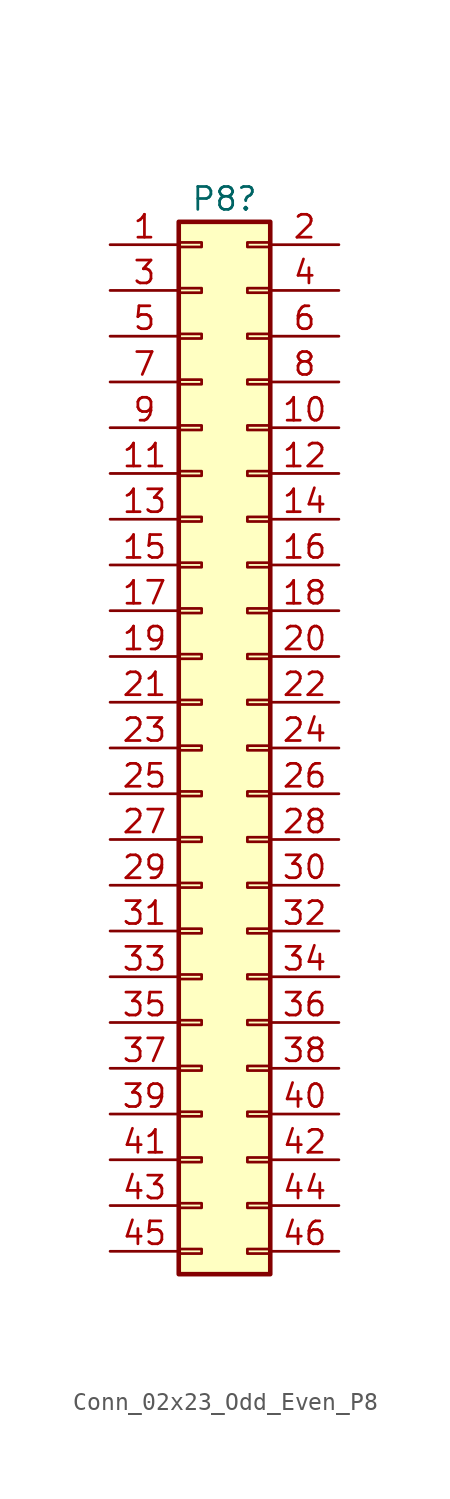
<source format=kicad_sym>
(kicad_symbol_lib
  (version 20241209)
  (generator "kicad_symbol_editor")
  (generator_version "9.0")
  (symbol "Conn_02x23_Odd_Even_P8"
    (pin_names
      (offset 1.016)
      (hide yes))
    (property "Reference" "P8"
      (at 1.27 30.48 0)
      (effects (font (size 1.27 1.27))))
    (property "Datasheet" ""
      (at 0 -21.59 0)
      (effects (font (size 1.524 1.524))))
    (symbol "Conn_02x23_Odd_Even_P8_1_1"
      (rectangle (start -1.27 29.21) (end 3.81 -29.21) (stroke (width 0.254) (type default)) (fill (type background)))
      (rectangle (start -1.27 28.067) (end 0 27.813) (stroke (width 0.152) (type default)) (fill (type none)))
      (rectangle (start -1.27 25.527) (end 0 25.273) (stroke (width 0.152) (type default)) (fill (type none)))
      (rectangle (start -1.27 22.987) (end 0 22.733) (stroke (width 0.152) (type default)) (fill (type none)))
      (rectangle (start -1.27 20.447) (end 0 20.193) (stroke (width 0.152) (type default)) (fill (type none)))
      (rectangle (start -1.27 17.907) (end 0 17.653) (stroke (width 0.152) (type default)) (fill (type none)))
      (rectangle (start -1.27 15.367) (end 0 15.113) (stroke (width 0.152) (type default)) (fill (type none)))
      (rectangle (start -1.27 12.827) (end 0 12.573) (stroke (width 0.152) (type default)) (fill (type none)))
      (rectangle (start -1.27 10.287) (end 0 10.033) (stroke (width 0.152) (type default)) (fill (type none)))
      (rectangle (start -1.27 7.747) (end 0 7.493) (stroke (width 0.152) (type default)) (fill (type none)))
      (rectangle (start -1.27 5.207) (end 0 4.953) (stroke (width 0.152) (type default)) (fill (type none)))
      (rectangle (start -1.27 2.667) (end 0 2.413) (stroke (width 0.152) (type default)) (fill (type none)))
      (rectangle (start -1.27 0.127) (end 0 -0.127) (stroke (width 0.152) (type default)) (fill (type none)))
      (rectangle (start -1.27 -2.413) (end 0 -2.667) (stroke (width 0.152) (type default)) (fill (type none)))
      (rectangle (start -1.27 -4.953) (end 0 -5.207) (stroke (width 0.152) (type default)) (fill (type none)))
      (rectangle (start -1.27 -7.493) (end 0 -7.747) (stroke (width 0.152) (type default)) (fill (type none)))
      (rectangle (start -1.27 -10.033) (end 0 -10.287) (stroke (width 0.152) (type default)) (fill (type none)))
      (rectangle (start -1.27 -12.573) (end 0 -12.827) (stroke (width 0.152) (type default)) (fill (type none)))
      (rectangle (start -1.27 -15.113) (end 0 -15.367) (stroke (width 0.152) (type default)) (fill (type none)))
      (rectangle (start -1.27 -17.653) (end 0 -17.907) (stroke (width 0.152) (type default)) (fill (type none)))
      (rectangle (start -1.27 -20.193) (end 0 -20.447) (stroke (width 0.152) (type default)) (fill (type none)))
      (rectangle (start -1.27 -22.733) (end 0 -22.987) (stroke (width 0.152) (type default)) (fill (type none)))
      (rectangle (start -1.27 -25.273) (end 0 -25.527) (stroke (width 0.152) (type default)) (fill (type none)))
      (rectangle (start -1.27 -27.813) (end 0 -28.067) (stroke (width 0.152) (type default)) (fill (type none)))
      (rectangle (start 3.81 28.067) (end 2.54 27.813) (stroke (width 0.152) (type default)) (fill (type none)))
      (rectangle (start 3.81 25.527) (end 2.54 25.273) (stroke (width 0.152) (type default)) (fill (type none)))
      (rectangle (start 3.81 22.987) (end 2.54 22.733) (stroke (width 0.152) (type default)) (fill (type none)))
      (rectangle (start 3.81 20.447) (end 2.54 20.193) (stroke (width 0.152) (type default)) (fill (type none)))
      (rectangle (start 3.81 17.907) (end 2.54 17.653) (stroke (width 0.152) (type default)) (fill (type none)))
      (rectangle (start 3.81 15.367) (end 2.54 15.113) (stroke (width 0.152) (type default)) (fill (type none)))
      (rectangle (start 3.81 12.827) (end 2.54 12.573) (stroke (width 0.152) (type default)) (fill (type none)))
      (rectangle (start 3.81 10.287) (end 2.54 10.033) (stroke (width 0.152) (type default)) (fill (type none)))
      (rectangle (start 3.81 7.747) (end 2.54 7.493) (stroke (width 0.152) (type default)) (fill (type none)))
      (rectangle (start 3.81 5.207) (end 2.54 4.953) (stroke (width 0.152) (type default)) (fill (type none)))
      (rectangle (start 3.81 2.667) (end 2.54 2.413) (stroke (width 0.152) (type default)) (fill (type none)))
      (rectangle (start 3.81 0.127) (end 2.54 -0.127) (stroke (width 0.152) (type default)) (fill (type none)))
      (rectangle (start 3.81 -2.413) (end 2.54 -2.667) (stroke (width 0.152) (type default)) (fill (type none)))
      (rectangle (start 3.81 -4.953) (end 2.54 -5.207) (stroke (width 0.152) (type default)) (fill (type none)))
      (rectangle (start 3.81 -7.493) (end 2.54 -7.747) (stroke (width 0.152) (type default)) (fill (type none)))
      (rectangle (start 3.81 -10.033) (end 2.54 -10.287) (stroke (width 0.152) (type default)) (fill (type none)))
      (rectangle (start 3.81 -12.573) (end 2.54 -12.827) (stroke (width 0.152) (type default)) (fill (type none)))
      (rectangle (start 3.81 -15.113) (end 2.54 -15.367) (stroke (width 0.152) (type default)) (fill (type none)))
      (rectangle (start 3.81 -17.653) (end 2.54 -17.907) (stroke (width 0.152) (type default)) (fill (type none)))
      (rectangle (start 3.81 -20.193) (end 2.54 -20.447) (stroke (width 0.152) (type default)) (fill (type none)))
      (rectangle (start 3.81 -22.733) (end 2.54 -22.987) (stroke (width 0.152) (type default)) (fill (type none)))
      (rectangle (start 3.81 -25.273) (end 2.54 -25.527) (stroke (width 0.152) (type default)) (fill (type none)))
      (rectangle (start 3.81 -27.813) (end 2.54 -28.067) (stroke (width 0.152) (type default)) (fill (type none)))
      (pin passive line (at -5.08 27.94 0) (length 3.81) (name "Pin_1" (effects (font (size 1.27 1.27)))) (number "1" (effects (font (size 1.27 1.27)))))
      (pin passive line (at -5.08 25.4 0) (length 3.81) (name "Pin_3" (effects (font (size 1.27 1.27)))) (number "3" (effects (font (size 1.27 1.27)))))
      (pin passive line (at -5.08 22.86 0) (length 3.81) (name "Pin_5" (effects (font (size 1.27 1.27)))) (number "5" (effects (font (size 1.27 1.27)))))
      (pin passive line (at -5.08 20.32 0) (length 3.81) (name "Pin_7" (effects (font (size 1.27 1.27)))) (number "7" (effects (font (size 1.27 1.27)))))
      (pin passive line (at -5.08 17.78 0) (length 3.81) (name "Pin_9" (effects (font (size 1.27 1.27)))) (number "9" (effects (font (size 1.27 1.27)))))
      (pin passive line (at -5.08 15.24 0) (length 3.81) (name "Pin_11" (effects (font (size 1.27 1.27)))) (number "11" (effects (font (size 1.27 1.27)))))
      (pin passive line (at -5.08 12.7 0) (length 3.81) (name "Pin_13" (effects (font (size 1.27 1.27)))) (number "13" (effects (font (size 1.27 1.27)))))
      (pin passive line (at -5.08 10.16 0) (length 3.81) (name "Pin_15" (effects (font (size 1.27 1.27)))) (number "15" (effects (font (size 1.27 1.27)))))
      (pin passive line (at -5.08 7.62 0) (length 3.81) (name "Pin_17" (effects (font (size 1.27 1.27)))) (number "17" (effects (font (size 1.27 1.27)))))
      (pin passive line (at -5.08 5.08 0) (length 3.81) (name "Pin_19" (effects (font (size 1.27 1.27)))) (number "19" (effects (font (size 1.27 1.27)))))
      (pin passive line (at -5.08 2.54 0) (length 3.81) (name "Pin_21" (effects (font (size 1.27 1.27)))) (number "21" (effects (font (size 1.27 1.27)))))
      (pin passive line (at -5.08 0 0) (length 3.81) (name "Pin_23" (effects (font (size 1.27 1.27)))) (number "23" (effects (font (size 1.27 1.27)))))
      (pin passive line (at -5.08 -2.54 0) (length 3.81) (name "Pin_25" (effects (font (size 1.27 1.27)))) (number "25" (effects (font (size 1.27 1.27)))))
      (pin passive line (at -5.08 -5.08 0) (length 3.81) (name "Pin_27" (effects (font (size 1.27 1.27)))) (number "27" (effects (font (size 1.27 1.27)))))
      (pin passive line (at -5.08 -7.62 0) (length 3.81) (name "Pin_29" (effects (font (size 1.27 1.27)))) (number "29" (effects (font (size 1.27 1.27)))))
      (pin passive line (at -5.08 -10.16 0) (length 3.81) (name "Pin_31" (effects (font (size 1.27 1.27)))) (number "31" (effects (font (size 1.27 1.27)))))
      (pin passive line (at -5.08 -12.7 0) (length 3.81) (name "Pin_33" (effects (font (size 1.27 1.27)))) (number "33" (effects (font (size 1.27 1.27)))))
      (pin passive line (at -5.08 -15.24 0) (length 3.81) (name "Pin_35" (effects (font (size 1.27 1.27)))) (number "35" (effects (font (size 1.27 1.27)))))
      (pin passive line (at -5.08 -17.78 0) (length 3.81) (name "Pin_37" (effects (font (size 1.27 1.27)))) (number "37" (effects (font (size 1.27 1.27)))))
      (pin passive line (at -5.08 -20.32 0) (length 3.81) (name "Pin_39" (effects (font (size 1.27 1.27)))) (number "39" (effects (font (size 1.27 1.27)))))
      (pin passive line (at -5.08 -22.86 0) (length 3.81) (name "Pin_41" (effects (font (size 1.27 1.27)))) (number "41" (effects (font (size 1.27 1.27)))))
      (pin passive line (at -5.08 -25.4 0) (length 3.81) (name "Pin_43" (effects (font (size 1.27 1.27)))) (number "43" (effects (font (size 1.27 1.27)))))
      (pin passive line (at -5.08 -27.94 0) (length 3.81) (name "Pin_45" (effects (font (size 1.27 1.27)))) (number "45" (effects (font (size 1.27 1.27)))))
      (pin passive line (at 7.62 27.94 180) (length 3.81) (name "Pin_2" (effects (font (size 1.27 1.27)))) (number "2" (effects (font (size 1.27 1.27)))))
      (pin passive line (at 7.62 25.4 180) (length 3.81) (name "Pin_4" (effects (font (size 1.27 1.27)))) (number "4" (effects (font (size 1.27 1.27)))))
      (pin passive line (at 7.62 22.86 180) (length 3.81) (name "Pin_6" (effects (font (size 1.27 1.27)))) (number "6" (effects (font (size 1.27 1.27)))))
      (pin passive line (at 7.62 20.32 180) (length 3.81) (name "Pin_8" (effects (font (size 1.27 1.27)))) (number "8" (effects (font (size 1.27 1.27)))))
      (pin passive line (at 7.62 17.78 180) (length 3.81) (name "Pin_10" (effects (font (size 1.27 1.27)))) (number "10" (effects (font (size 1.27 1.27)))))
      (pin passive line (at 7.62 15.24 180) (length 3.81) (name "Pin_12" (effects (font (size 1.27 1.27)))) (number "12" (effects (font (size 1.27 1.27)))))
      (pin passive line (at 7.62 12.7 180) (length 3.81) (name "Pin_14" (effects (font (size 1.27 1.27)))) (number "14" (effects (font (size 1.27 1.27)))))
      (pin passive line (at 7.62 10.16 180) (length 3.81) (name "Pin_16" (effects (font (size 1.27 1.27)))) (number "16" (effects (font (size 1.27 1.27)))))
      (pin passive line (at 7.62 7.62 180) (length 3.81) (name "Pin_18" (effects (font (size 1.27 1.27)))) (number "18" (effects (font (size 1.27 1.27)))))
      (pin passive line (at 7.62 5.08 180) (length 3.81) (name "Pin_20" (effects (font (size 1.27 1.27)))) (number "20" (effects (font (size 1.27 1.27)))))
      (pin passive line (at 7.62 2.54 180) (length 3.81) (name "Pin_22" (effects (font (size 1.27 1.27)))) (number "22" (effects (font (size 1.27 1.27)))))
      (pin passive line (at 7.62 0 180) (length 3.81) (name "Pin_24" (effects (font (size 1.27 1.27)))) (number "24" (effects (font (size 1.27 1.27)))))
      (pin passive line (at 7.62 -2.54 180) (length 3.81) (name "Pin_26" (effects (font (size 1.27 1.27)))) (number "26" (effects (font (size 1.27 1.27)))))
      (pin passive line (at 7.62 -5.08 180) (length 3.81) (name "Pin_28" (effects (font (size 1.27 1.27)))) (number "28" (effects (font (size 1.27 1.27)))))
      (pin passive line (at 7.62 -7.62 180) (length 3.81) (name "Pin_30" (effects (font (size 1.27 1.27)))) (number "30" (effects (font (size 1.27 1.27)))))
      (pin passive line (at 7.62 -10.16 180) (length 3.81) (name "Pin_32" (effects (font (size 1.27 1.27)))) (number "32" (effects (font (size 1.27 1.27)))))
      (pin passive line (at 7.62 -12.7 180) (length 3.81) (name "Pin_34" (effects (font (size 1.27 1.27)))) (number "34" (effects (font (size 1.27 1.27)))))
      (pin passive line (at 7.62 -15.24 180) (length 3.81) (name "Pin_36" (effects (font (size 1.27 1.27)))) (number "36" (effects (font (size 1.27 1.27)))))
      (pin passive line (at 7.62 -17.78 180) (length 3.81) (name "Pin_38" (effects (font (size 1.27 1.27)))) (number "38" (effects (font (size 1.27 1.27)))))
      (pin passive line (at 7.62 -20.32 180) (length 3.81) (name "Pin_40" (effects (font (size 1.27 1.27)))) (number "40" (effects (font (size 1.27 1.27)))))
      (pin passive line (at 7.62 -22.86 180) (length 3.81) (name "Pin_42" (effects (font (size 1.27 1.27)))) (number "42" (effects (font (size 1.27 1.27)))))
      (pin passive line (at 7.62 -25.4 180) (length 3.81) (name "Pin_44" (effects (font (size 1.27 1.27)))) (number "44" (effects (font (size 1.27 1.27)))))
      (pin passive line (at 7.62 -27.94 180) (length 3.81) (name "Pin_46" (effects (font (size 1.27 1.27)))) (number "46" (effects (font (size 1.27 1.27))))))))
</source>
